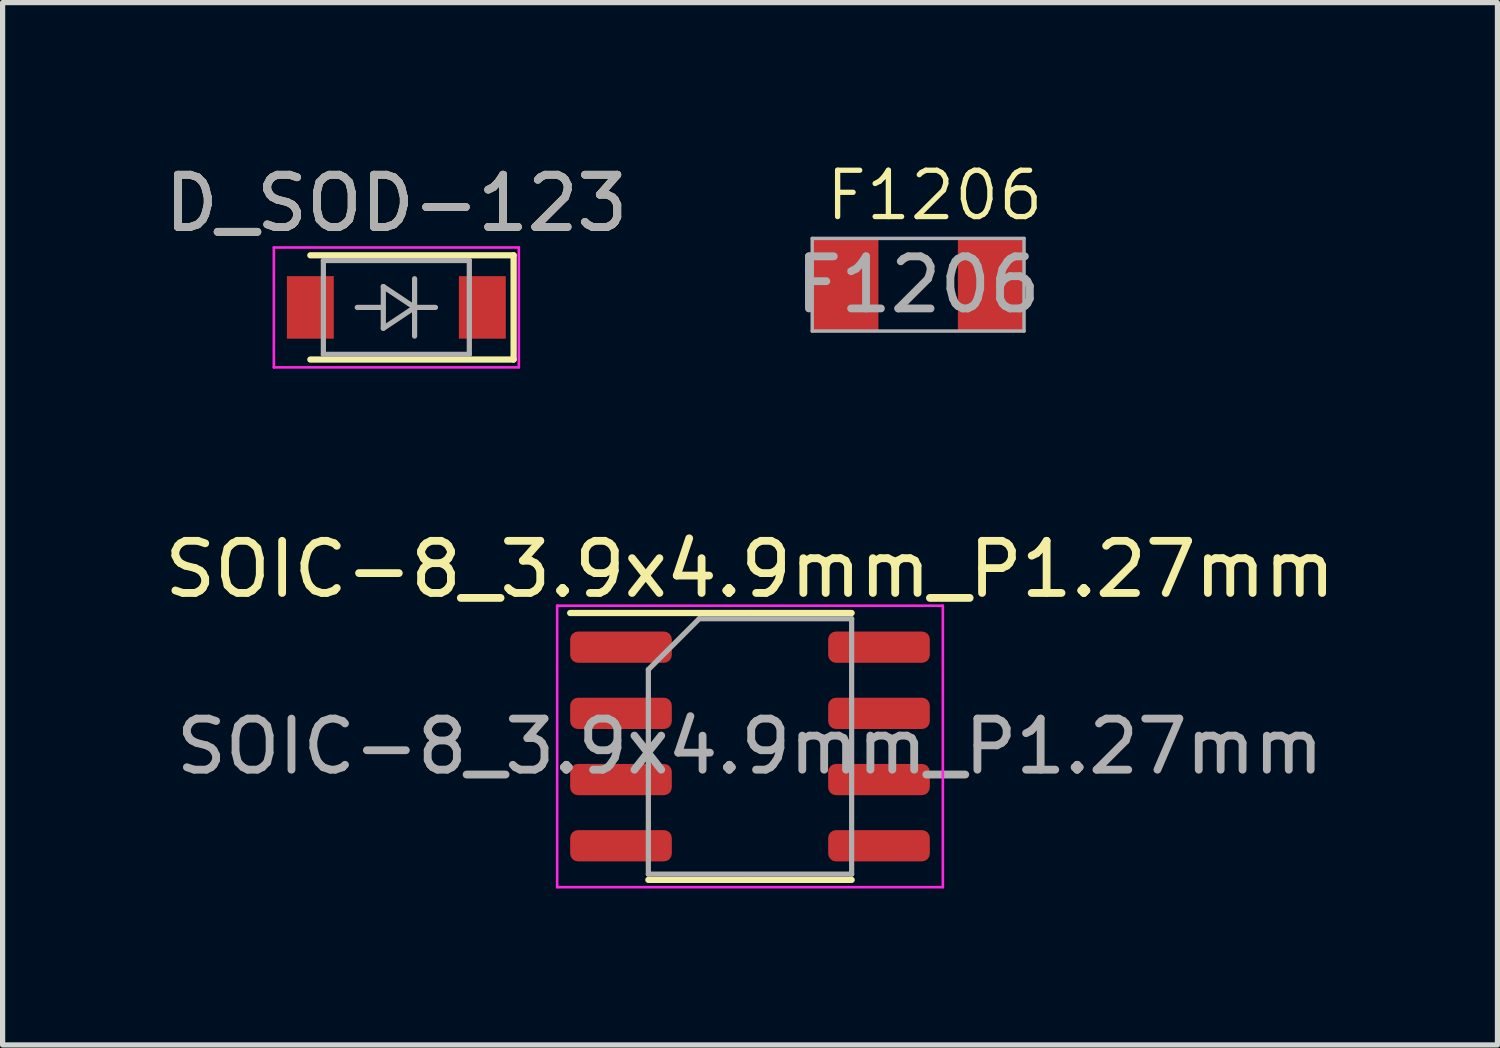
<source format=kicad_pcb>
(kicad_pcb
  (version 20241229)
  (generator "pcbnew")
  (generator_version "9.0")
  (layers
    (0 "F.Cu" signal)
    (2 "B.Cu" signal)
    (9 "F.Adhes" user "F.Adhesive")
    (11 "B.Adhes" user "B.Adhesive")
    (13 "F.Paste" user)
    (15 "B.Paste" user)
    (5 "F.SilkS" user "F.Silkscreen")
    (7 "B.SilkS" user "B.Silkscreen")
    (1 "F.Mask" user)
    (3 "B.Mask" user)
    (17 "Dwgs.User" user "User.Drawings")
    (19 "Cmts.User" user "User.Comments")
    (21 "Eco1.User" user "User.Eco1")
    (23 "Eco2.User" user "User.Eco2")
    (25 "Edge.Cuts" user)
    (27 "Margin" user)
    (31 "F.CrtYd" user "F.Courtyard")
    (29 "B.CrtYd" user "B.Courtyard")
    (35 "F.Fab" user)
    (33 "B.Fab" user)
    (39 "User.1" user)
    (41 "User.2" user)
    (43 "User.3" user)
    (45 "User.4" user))
  (footprint "D_SOD-123"
    (layer "F.Cu")
    (at 4.554 2.848)
    (property "Reference" "D_SOD-123" (at 0 -2 0) (layer "F.SilkS") (effects (font (size 1 1) (thickness 0.15))))
    (attr smd)
    (fp_line (start 2.25 -1) (end -1.65 -1) (stroke (width 0.12) (type solid)) (layer "F.SilkS"))
    (fp_line (start 2.25 1) (end -1.65 1) (stroke (width 0.12) (type solid)) (layer "F.SilkS"))
    (fp_line (start 2.25 1) (end 2.25 -1) (stroke (width 0.12) (type solid)) (layer "F.SilkS"))
    (fp_line (start -2.35 -1.15) (end -2.35 1.15) (stroke (width 0.05) (type solid)) (layer "F.CrtYd"))
    (fp_line (start -2.35 -1.15) (end 2.35 -1.15) (stroke (width 0.05) (type solid)) (layer "F.CrtYd"))
    (fp_line (start 2.35 -1.15) (end 2.35 1.15) (stroke (width 0.05) (type solid)) (layer "F.CrtYd"))
    (fp_line (start 2.35 1.15) (end -2.35 1.15) (stroke (width 0.05) (type solid)) (layer "F.CrtYd"))
    (fp_line (start -1.4 -0.9) (end 1.4 -0.9) (stroke (width 0.1) (type solid)) (layer "F.Fab"))
    (fp_line (start -1.4 0.9) (end -1.4 -0.9) (stroke (width 0.1) (type solid)) (layer "F.Fab"))
    (fp_line (start -0.25 -0.4) (end 0.35 0) (stroke (width 0.1) (type solid)) (layer "F.Fab"))
    (fp_line (start -0.25 0) (end -0.75 0) (stroke (width 0.1) (type solid)) (layer "F.Fab"))
    (fp_line (start -0.25 0.4) (end -0.25 -0.4) (stroke (width 0.1) (type solid)) (layer "F.Fab"))
    (fp_line (start 0.35 0) (end -0.25 0.4) (stroke (width 0.1) (type solid)) (layer "F.Fab"))
    (fp_line (start 0.35 0) (end 0.35 -0.55) (stroke (width 0.1) (type solid)) (layer "F.Fab"))
    (fp_line (start 0.35 0) (end 0.35 0.55) (stroke (width 0.1) (type solid)) (layer "F.Fab"))
    (fp_line (start 0.75 0) (end 0.35 0) (stroke (width 0.1) (type solid)) (layer "F.Fab"))
    (fp_line (start 1.4 -0.9) (end 1.4 0.9) (stroke (width 0.1) (type solid)) (layer "F.Fab"))
    (fp_line (start 1.4 0.9) (end -1.4 0.9) (stroke (width 0.1) (type solid)) (layer "F.Fab"))
    (fp_text user "${REFERENCE}" (at 0 -2 0) (layer "F.Fab") (effects (font (size 1 1) (thickness 0.15))))
    (pad "1" smd rect (at 1.65 0) (size 0.9 1.2) (layers "F.Cu" "F.Mask" "F.Paste"))
    (pad "2" smd rect (at -1.65 0) (size 0.9 1.2) (layers "F.Cu" "F.Mask" "F.Paste")))
  (footprint "SOIC-8_3.9x4.9mm_P1.27mm"
    (layer "F.Cu")
    (at 11.339 11.271)
    (property "Reference" "SOIC-8_3.9x4.9mm_P1.27mm" (at 0 -3.4 0) (layer "F.SilkS") (effects (font (size 1 1) (thickness 0.15))))
    (attr smd)
    (fp_line (start 0 -2.56) (end -3.45 -2.56) (stroke (width 0.12) (type solid)) (layer "F.SilkS"))
    (fp_line (start 0 -2.56) (end 1.95 -2.56) (stroke (width 0.12) (type solid)) (layer "F.SilkS"))
    (fp_line (start 0 2.56) (end -1.95 2.56) (stroke (width 0.12) (type solid)) (layer "F.SilkS"))
    (fp_line (start 0 2.56) (end 1.95 2.56) (stroke (width 0.12) (type solid)) (layer "F.SilkS"))
    (fp_line (start -3.7 -2.7) (end -3.7 2.7) (stroke (width 0.05) (type solid)) (layer "F.CrtYd"))
    (fp_line (start -3.7 2.7) (end 3.7 2.7) (stroke (width 0.05) (type solid)) (layer "F.CrtYd"))
    (fp_line (start 3.7 -2.7) (end -3.7 -2.7) (stroke (width 0.05) (type solid)) (layer "F.CrtYd"))
    (fp_line (start 3.7 2.7) (end 3.7 -2.7) (stroke (width 0.05) (type solid)) (layer "F.CrtYd"))
    (fp_line (start -1.95 -1.475) (end -0.975 -2.45) (stroke (width 0.1) (type solid)) (layer "F.Fab"))
    (fp_line (start -1.95 2.45) (end -1.95 -1.475) (stroke (width 0.1) (type solid)) (layer "F.Fab"))
    (fp_line (start -0.975 -2.45) (end 1.95 -2.45) (stroke (width 0.1) (type solid)) (layer "F.Fab"))
    (fp_line (start 1.95 -2.45) (end 1.95 2.45) (stroke (width 0.1) (type solid)) (layer "F.Fab"))
    (fp_line (start 1.95 2.45) (end -1.95 2.45) (stroke (width 0.1) (type solid)) (layer "F.Fab"))
    (fp_text user "${REFERENCE}" (at 0 0 0) (layer "F.Fab") (effects (font (size 0.98 0.98) (thickness 0.15))))
    (pad "1" smd roundrect (at -2.475 -1.905) (size 1.95 0.6) (layers "F.Cu" "F.Mask" "F.Paste") (roundrect_rratio 0.25))
    (pad "2" smd roundrect (at -2.475 -0.635) (size 1.95 0.6) (layers "F.Cu" "F.Mask" "F.Paste") (roundrect_rratio 0.25))
    (pad "3" smd roundrect (at -2.475 0.635) (size 1.95 0.6) (layers "F.Cu" "F.Mask" "F.Paste") (roundrect_rratio 0.25))
    (pad "4" smd roundrect (at -2.475 1.905) (size 1.95 0.6) (layers "F.Cu" "F.Mask" "F.Paste") (roundrect_rratio 0.25))
    (pad "5" smd roundrect (at 2.475 1.905) (size 1.95 0.6) (layers "F.Cu" "F.Mask" "F.Paste") (roundrect_rratio 0.25))
    (pad "6" smd roundrect (at 2.475 0.635) (size 1.95 0.6) (layers "F.Cu" "F.Mask" "F.Paste") (roundrect_rratio 0.25))
    (pad "7" smd roundrect (at 2.475 -0.635) (size 1.95 0.6) (layers "F.Cu" "F.Mask" "F.Paste") (roundrect_rratio 0.25))
    (pad "8" smd roundrect (at 2.475 -1.905) (size 1.95 0.6) (layers "F.Cu" "F.Mask" "F.Paste") (roundrect_rratio 0.25)))
  (footprint "F1206"
    (layer "F.Cu")
    (at 14.565 2.413)
    (property "Reference" "F1206" (at 0.318 -1.714 0) (layer "F.SilkS") (effects (font (size 0.889 0.889) (thickness 0.102))))
    (attr smd)
    (fp_line (start -2.032 -0.889) (end 2.032 -0.889) (stroke (width 0.066) (type solid)) (layer "F.Fab"))
    (fp_line (start -2.032 0.889) (end -2.032 -0.889) (stroke (width 0.066) (type solid)) (layer "F.Fab"))
    (fp_line (start -2.032 0.889) (end 2.032 0.889) (stroke (width 0.066) (type solid)) (layer "F.Fab"))
    (fp_line (start 2.032 0.889) (end 2.032 -0.889) (stroke (width 0.066) (type solid)) (layer "F.Fab"))
    (fp_text user "${REFERENCE}" (at 0 0 0) (layer "F.Fab") (effects (font (size 1 1) (thickness 0.15))))
    (pad "1" smd rect (at -1.397 0) (size 1.27 1.778) (layers "F.Cu" "F.Mask" "F.Paste"))
    (pad "2" smd rect (at 1.397 0) (size 1.27 1.778) (layers "F.Cu" "F.Mask" "F.Paste")))
  (gr_rect
    (start -3 -3)
    (end 25.679 16.997)
    (stroke (width 0.1) (type default))
    (fill no)
    (layer "Edge.Cuts")))
</source>
